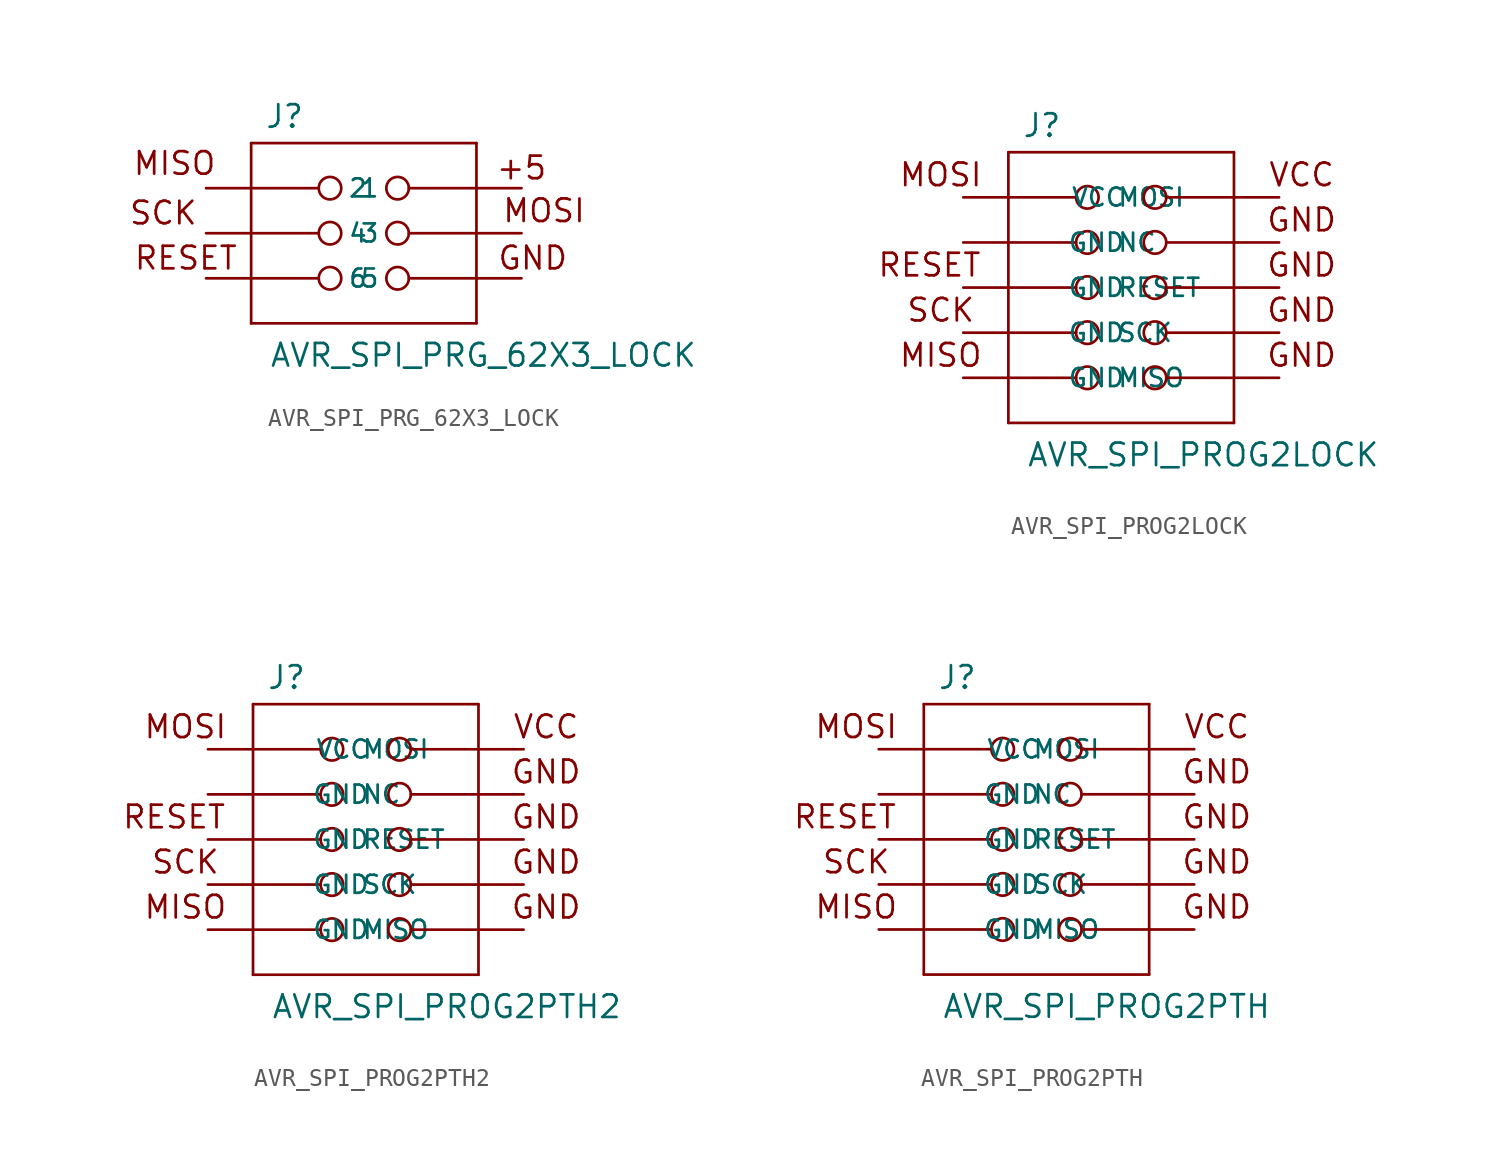
<source format=kicad_sym>
(kicad_symbol_lib
  (version 20211014)
  (generator kicad_symbol_editor)
  (symbol "AVR_SPI_PRG_62X3_LOCK"
    (pin_numbers hide)
    (pin_names
      (offset 1.016))
    (property "Reference" "J"
      (at -4.318 5.842 0)
      (effects (font (size 1.27 1.27)) (justify left bottom)))
    (property "Value" "AVR_SPI_PRG_62X3_LOCK"
      (at -4.064 -7.62 0)
      (effects (font (size 1.27 1.27)) (justify left bottom)))
    (property "Datasheet" ""
      (at 0 0 0)
      (effects (font (size 1.524 1.524))))
    (property "ki_locked" ""
      (at 0 0 0)
      (effects (font (size 1.27 1.27))))
    (symbol "AVR_SPI_PRG_62X3_LOCK_1_0"
      (polyline (pts (xy -5.08 -5.08) (xy 7.62 -5.08)) (stroke (width 0) (type default) (color 0 0 0 0)) (fill (type none)))
      (polyline (pts (xy -5.08 5.08) (xy -5.08 -5.08)) (stroke (width 0) (type default) (color 0 0 0 0)) (fill (type none)))
      (polyline (pts (xy 7.62 -5.08) (xy 7.62 5.08)) (stroke (width 0) (type default) (color 0 0 0 0)) (fill (type none)))
      (polyline (pts (xy 7.62 5.08) (xy -5.08 5.08)) (stroke (width 0) (type default) (color 0 0 0 0)) (fill (type none)))
      (text "+5" (at 10.16 3.683 0) (effects (font (size 1.27 1.27))))
      (text "GND" (at 10.795 -1.397 0) (effects (font (size 1.27 1.27))))
      (text "MISO" (at -9.398 3.937 0) (effects (font (size 1.27 1.27))))
      (text "MOSI" (at 11.43 1.27 0) (effects (font (size 1.27 1.27))))
      (text "RESET" (at -8.763 -1.397 0) (effects (font (size 1.27 1.27))))
      (text "SCK" (at -10.033 1.143 0) (effects (font (size 1.27 1.27)))))
    (symbol "AVR_SPI_PRG_62X3_LOCK_1_1"
      (pin passive inverted (at -7.62 2.54 0) (length 7.62) (name "1" (effects (font (size 1.016 1.016)))) (number "1" (effects (font (size 1.016 1.016)))))
      (pin passive inverted (at 10.16 2.54 180) (length 7.62) (name "2" (effects (font (size 1.016 1.016)))) (number "2" (effects (font (size 1.016 1.016)))))
      (pin passive inverted (at -7.62 0 0) (length 7.62) (name "3" (effects (font (size 1.016 1.016)))) (number "3" (effects (font (size 1.016 1.016)))))
      (pin passive inverted (at 10.16 0 180) (length 7.62) (name "4" (effects (font (size 1.016 1.016)))) (number "4" (effects (font (size 1.016 1.016)))))
      (pin passive inverted (at -7.62 -2.54 0) (length 7.62) (name "5" (effects (font (size 1.016 1.016)))) (number "5" (effects (font (size 1.016 1.016)))))
      (pin passive inverted (at 10.16 -2.54 180) (length 7.62) (name "6" (effects (font (size 1.016 1.016)))) (number "6" (effects (font (size 1.016 1.016)))))))
  (symbol "AVR_SPI_PROG2LOCK"
    (pin_numbers hide)
    (pin_names
      (offset 1.016))
    (property "Reference" "J"
      (at -4.318 8.382 0)
      (effects (font (size 1.27 1.27)) (justify left bottom)))
    (property "Value" "AVR_SPI_PROG2LOCK"
      (at -4.064 -10.16 0)
      (effects (font (size 1.27 1.27)) (justify left bottom)))
    (property "Datasheet" ""
      (at 0 0 0)
      (effects (font (size 1.524 1.524))))
    (property "ki_locked" ""
      (at 0 0 0)
      (effects (font (size 1.27 1.27))))
    (symbol "AVR_SPI_PROG2LOCK_1_0"
      (polyline (pts (xy -5.08 -7.62) (xy 7.62 -7.62)) (stroke (width 0) (type default) (color 0 0 0 0)) (fill (type none)))
      (polyline (pts (xy -5.08 7.62) (xy -5.08 -7.62)) (stroke (width 0) (type default) (color 0 0 0 0)) (fill (type none)))
      (polyline (pts (xy 7.62 -7.62) (xy 7.62 7.62)) (stroke (width 0) (type default) (color 0 0 0 0)) (fill (type none)))
      (polyline (pts (xy 7.62 7.62) (xy -5.08 7.62)) (stroke (width 0) (type default) (color 0 0 0 0)) (fill (type none)))
      (text "GND" (at 11.43 -3.81 0) (effects (font (size 1.27 1.27))))
      (text "GND" (at 11.43 -1.27 0) (effects (font (size 1.27 1.27))))
      (text "GND" (at 11.43 1.27 0) (effects (font (size 1.27 1.27))))
      (text "GND" (at 11.43 3.81 0) (effects (font (size 1.27 1.27))))
      (text "MISO" (at -8.89 -3.81 0) (effects (font (size 1.27 1.27))))
      (text "MOSI" (at -8.89 6.35 0) (effects (font (size 1.27 1.27))))
      (text "RESET" (at -9.525 1.27 0) (effects (font (size 1.27 1.27))))
      (text "SCK" (at -8.89 -1.27 0) (effects (font (size 1.27 1.27))))
      (text "VCC" (at 11.43 6.35 0) (effects (font (size 1.27 1.27)))))
    (symbol "AVR_SPI_PROG2LOCK_1_1"
      (pin passive inverted (at -7.62 5.08 0) (length 7.62) (name "MOSI" (effects (font (size 1.016 1.016)))) (number "1" (effects (font (size 1.016 1.016)))))
      (pin power_in inverted (at 10.16 -5.08 180) (length 7.62) (name "GND" (effects (font (size 1.016 1.016)))) (number "10" (effects (font (size 1.016 1.016)))))
      (pin power_in inverted (at 10.16 5.08 180) (length 7.62) (name "VCC" (effects (font (size 1.016 1.016)))) (number "2" (effects (font (size 1.016 1.016)))))
      (pin unspecified inverted (at -7.62 2.54 0) (length 7.62) (name "NC" (effects (font (size 1.016 1.016)))) (number "3" (effects (font (size 1.016 1.016)))))
      (pin power_in inverted (at 10.16 2.54 180) (length 7.62) (name "GND" (effects (font (size 1.016 1.016)))) (number "4" (effects (font (size 1.016 1.016)))))
      (pin passive inverted (at -7.62 0 0) (length 7.62) (name "RESET" (effects (font (size 1.016 1.016)))) (number "5" (effects (font (size 1.016 1.016)))))
      (pin power_in inverted (at 10.16 0 180) (length 7.62) (name "GND" (effects (font (size 1.016 1.016)))) (number "6" (effects (font (size 1.016 1.016)))))
      (pin passive inverted (at -7.62 -2.54 0) (length 7.62) (name "SCK" (effects (font (size 1.016 1.016)))) (number "7" (effects (font (size 1.016 1.016)))))
      (pin power_in inverted (at 10.16 -2.54 180) (length 7.62) (name "GND" (effects (font (size 1.016 1.016)))) (number "8" (effects (font (size 1.016 1.016)))))
      (pin passive inverted (at -7.62 -5.08 0) (length 7.62) (name "MISO" (effects (font (size 1.016 1.016)))) (number "9" (effects (font (size 1.016 1.016)))))))
  (symbol "AVR_SPI_PROG2PTH2"
    (pin_numbers hide)
    (pin_names
      (offset 1.016))
    (property "Reference" "J"
      (at -4.318 8.382 0)
      (effects (font (size 1.27 1.27)) (justify left bottom)))
    (property "Value" "AVR_SPI_PROG2PTH2"
      (at -4.064 -10.16 0)
      (effects (font (size 1.27 1.27)) (justify left bottom)))
    (property "Datasheet" ""
      (at 0 0 0)
      (effects (font (size 1.524 1.524))))
    (property "ki_locked" ""
      (at 0 0 0)
      (effects (font (size 1.27 1.27))))
    (symbol "AVR_SPI_PROG2PTH2_1_0"
      (polyline (pts (xy -5.08 -7.62) (xy 7.62 -7.62)) (stroke (width 0) (type default) (color 0 0 0 0)) (fill (type none)))
      (polyline (pts (xy -5.08 7.62) (xy -5.08 -7.62)) (stroke (width 0) (type default) (color 0 0 0 0)) (fill (type none)))
      (polyline (pts (xy 7.62 -7.62) (xy 7.62 7.62)) (stroke (width 0) (type default) (color 0 0 0 0)) (fill (type none)))
      (polyline (pts (xy 7.62 7.62) (xy -5.08 7.62)) (stroke (width 0) (type default) (color 0 0 0 0)) (fill (type none)))
      (text "GND" (at 11.43 -3.81 0) (effects (font (size 1.27 1.27))))
      (text "GND" (at 11.43 -1.27 0) (effects (font (size 1.27 1.27))))
      (text "GND" (at 11.43 1.27 0) (effects (font (size 1.27 1.27))))
      (text "GND" (at 11.43 3.81 0) (effects (font (size 1.27 1.27))))
      (text "MISO" (at -8.89 -3.81 0) (effects (font (size 1.27 1.27))))
      (text "MOSI" (at -8.89 6.35 0) (effects (font (size 1.27 1.27))))
      (text "RESET" (at -9.525 1.27 0) (effects (font (size 1.27 1.27))))
      (text "SCK" (at -8.89 -1.27 0) (effects (font (size 1.27 1.27))))
      (text "VCC" (at 11.43 6.35 0) (effects (font (size 1.27 1.27)))))
    (symbol "AVR_SPI_PROG2PTH2_1_1"
      (pin passive inverted (at -7.62 5.08 0) (length 7.62) (name "MOSI" (effects (font (size 1.016 1.016)))) (number "1" (effects (font (size 1.016 1.016)))))
      (pin power_in inverted (at 10.16 -5.08 180) (length 7.62) (name "GND" (effects (font (size 1.016 1.016)))) (number "10" (effects (font (size 1.016 1.016)))))
      (pin power_in inverted (at 10.16 5.08 180) (length 7.62) (name "VCC" (effects (font (size 1.016 1.016)))) (number "2" (effects (font (size 1.016 1.016)))))
      (pin unspecified inverted (at -7.62 2.54 0) (length 7.62) (name "NC" (effects (font (size 1.016 1.016)))) (number "3" (effects (font (size 1.016 1.016)))))
      (pin power_in inverted (at 10.16 2.54 180) (length 7.62) (name "GND" (effects (font (size 1.016 1.016)))) (number "4" (effects (font (size 1.016 1.016)))))
      (pin passive inverted (at -7.62 0 0) (length 7.62) (name "RESET" (effects (font (size 1.016 1.016)))) (number "5" (effects (font (size 1.016 1.016)))))
      (pin power_in inverted (at 10.16 0 180) (length 7.62) (name "GND" (effects (font (size 1.016 1.016)))) (number "6" (effects (font (size 1.016 1.016)))))
      (pin passive inverted (at -7.62 -2.54 0) (length 7.62) (name "SCK" (effects (font (size 1.016 1.016)))) (number "7" (effects (font (size 1.016 1.016)))))
      (pin power_in inverted (at 10.16 -2.54 180) (length 7.62) (name "GND" (effects (font (size 1.016 1.016)))) (number "8" (effects (font (size 1.016 1.016)))))
      (pin passive inverted (at -7.62 -5.08 0) (length 7.62) (name "MISO" (effects (font (size 1.016 1.016)))) (number "9" (effects (font (size 1.016 1.016)))))))
  (symbol "AVR_SPI_PROG2PTH"
    (pin_numbers hide)
    (pin_names
      (offset 1.016))
    (property "Reference" "J"
      (at -4.318 8.382 0)
      (effects (font (size 1.27 1.27)) (justify left bottom)))
    (property "Value" "AVR_SPI_PROG2PTH"
      (at -4.064 -10.16 0)
      (effects (font (size 1.27 1.27)) (justify left bottom)))
    (property "Datasheet" ""
      (at 0 0 0)
      (effects (font (size 1.524 1.524))))
    (property "ki_locked" ""
      (at 0 0 0)
      (effects (font (size 1.27 1.27))))
    (symbol "AVR_SPI_PROG2PTH_1_0"
      (polyline (pts (xy -5.08 -7.62) (xy 7.62 -7.62)) (stroke (width 0) (type default) (color 0 0 0 0)) (fill (type none)))
      (polyline (pts (xy -5.08 7.62) (xy -5.08 -7.62)) (stroke (width 0) (type default) (color 0 0 0 0)) (fill (type none)))
      (polyline (pts (xy 7.62 -7.62) (xy 7.62 7.62)) (stroke (width 0) (type default) (color 0 0 0 0)) (fill (type none)))
      (polyline (pts (xy 7.62 7.62) (xy -5.08 7.62)) (stroke (width 0) (type default) (color 0 0 0 0)) (fill (type none)))
      (text "GND" (at 11.43 -3.81 0) (effects (font (size 1.27 1.27))))
      (text "GND" (at 11.43 -1.27 0) (effects (font (size 1.27 1.27))))
      (text "GND" (at 11.43 1.27 0) (effects (font (size 1.27 1.27))))
      (text "GND" (at 11.43 3.81 0) (effects (font (size 1.27 1.27))))
      (text "MISO" (at -8.89 -3.81 0) (effects (font (size 1.27 1.27))))
      (text "MOSI" (at -8.89 6.35 0) (effects (font (size 1.27 1.27))))
      (text "RESET" (at -9.525 1.27 0) (effects (font (size 1.27 1.27))))
      (text "SCK" (at -8.89 -1.27 0) (effects (font (size 1.27 1.27))))
      (text "VCC" (at 11.43 6.35 0) (effects (font (size 1.27 1.27)))))
    (symbol "AVR_SPI_PROG2PTH_1_1"
      (pin passive inverted (at -7.62 5.08 0) (length 7.62) (name "MOSI" (effects (font (size 1.016 1.016)))) (number "1" (effects (font (size 1.016 1.016)))))
      (pin power_in inverted (at 10.16 -5.08 180) (length 7.62) (name "GND" (effects (font (size 1.016 1.016)))) (number "10" (effects (font (size 1.016 1.016)))))
      (pin power_in inverted (at 10.16 5.08 180) (length 7.62) (name "VCC" (effects (font (size 1.016 1.016)))) (number "2" (effects (font (size 1.016 1.016)))))
      (pin unspecified inverted (at -7.62 2.54 0) (length 7.62) (name "NC" (effects (font (size 1.016 1.016)))) (number "3" (effects (font (size 1.016 1.016)))))
      (pin power_in inverted (at 10.16 2.54 180) (length 7.62) (name "GND" (effects (font (size 1.016 1.016)))) (number "4" (effects (font (size 1.016 1.016)))))
      (pin passive inverted (at -7.62 0 0) (length 7.62) (name "RESET" (effects (font (size 1.016 1.016)))) (number "5" (effects (font (size 1.016 1.016)))))
      (pin power_in inverted (at 10.16 0 180) (length 7.62) (name "GND" (effects (font (size 1.016 1.016)))) (number "6" (effects (font (size 1.016 1.016)))))
      (pin passive inverted (at -7.62 -2.54 0) (length 7.62) (name "SCK" (effects (font (size 1.016 1.016)))) (number "7" (effects (font (size 1.016 1.016)))))
      (pin power_in inverted (at 10.16 -2.54 180) (length 7.62) (name "GND" (effects (font (size 1.016 1.016)))) (number "8" (effects (font (size 1.016 1.016)))))
      (pin passive inverted (at -7.62 -5.08 0) (length 7.62) (name "MISO" (effects (font (size 1.016 1.016)))) (number "9" (effects (font (size 1.016 1.016))))))))
</source>
